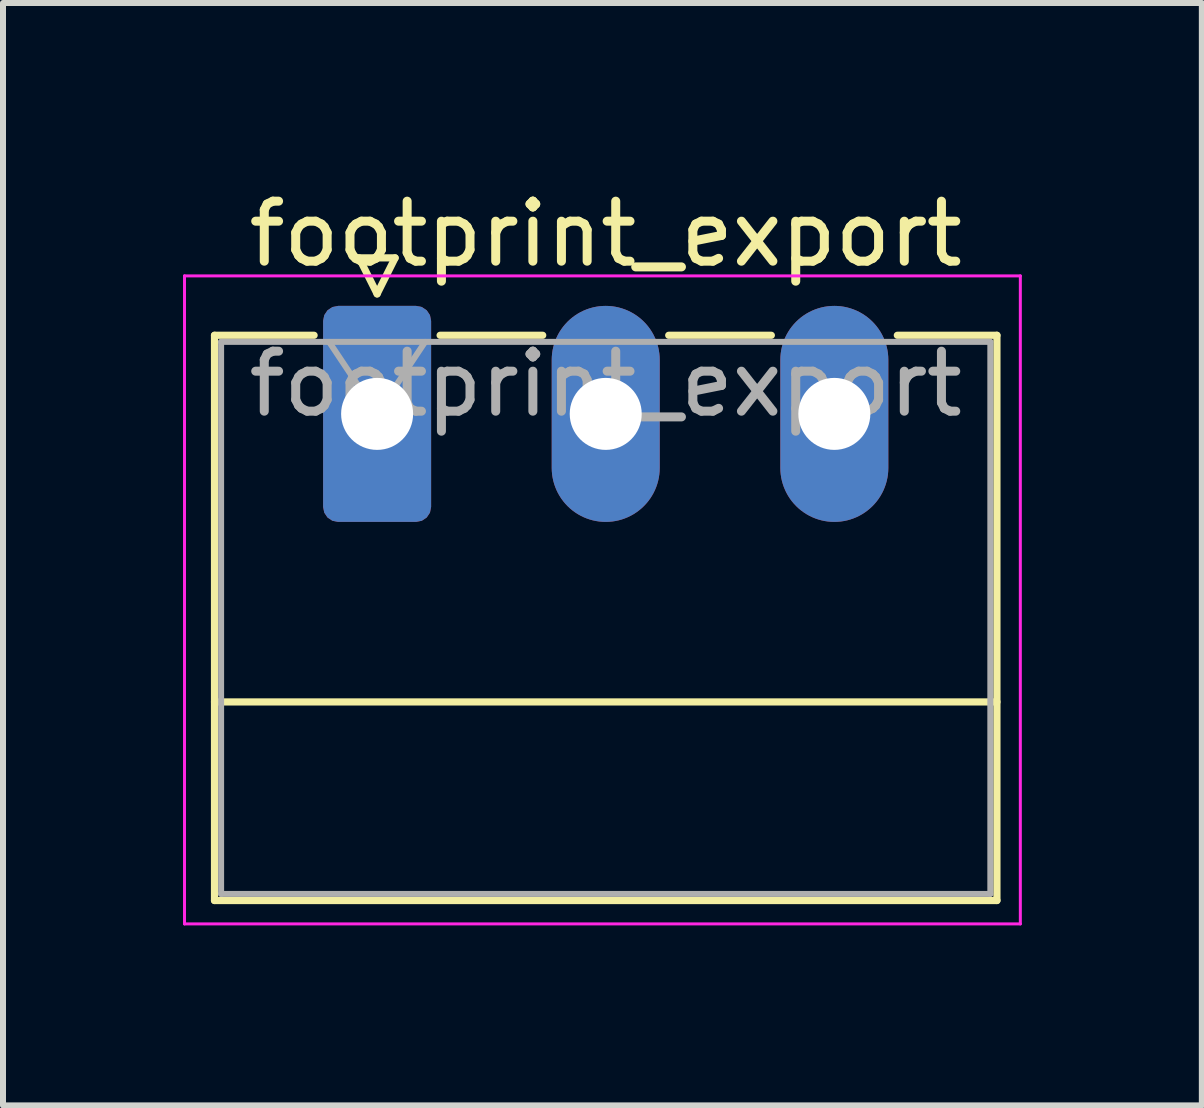
<source format=kicad_pcb>
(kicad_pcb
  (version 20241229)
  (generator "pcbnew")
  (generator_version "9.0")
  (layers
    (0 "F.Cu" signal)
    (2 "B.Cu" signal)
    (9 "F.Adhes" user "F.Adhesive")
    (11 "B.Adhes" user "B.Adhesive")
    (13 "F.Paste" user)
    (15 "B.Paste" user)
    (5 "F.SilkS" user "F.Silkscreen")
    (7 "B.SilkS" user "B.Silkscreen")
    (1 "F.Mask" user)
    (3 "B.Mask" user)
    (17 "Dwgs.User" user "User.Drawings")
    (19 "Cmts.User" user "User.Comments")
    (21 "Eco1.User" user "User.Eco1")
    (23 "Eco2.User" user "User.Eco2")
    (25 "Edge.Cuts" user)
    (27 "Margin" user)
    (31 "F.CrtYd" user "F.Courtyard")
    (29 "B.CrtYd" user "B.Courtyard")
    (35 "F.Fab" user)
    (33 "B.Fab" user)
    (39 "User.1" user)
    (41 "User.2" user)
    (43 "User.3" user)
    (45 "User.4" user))
  (footprint "footprint_export"
    (layer "F.Cu")
    (at 3.235 3.848)
    (property "Reference" "footprint_export" (at 3.81 -3 0) (layer "F.SilkS") (effects (font (size 1 1) (thickness 0.15))))
    (attr through_hole)
    (fp_line (start -2.71 -1.31) (end -2.71 8.11) (stroke (width 0.12) (type solid)) (layer "F.SilkS"))
    (fp_line (start -2.71 -1.31) (end -1.05 -1.31) (stroke (width 0.12) (type solid)) (layer "F.SilkS"))
    (fp_line (start -2.71 4.8) (end 10.33 4.8) (stroke (width 0.12) (type solid)) (layer "F.SilkS"))
    (fp_line (start -2.71 8.11) (end 10.33 8.11) (stroke (width 0.12) (type solid)) (layer "F.SilkS"))
    (fp_line (start -0.3 -2.6) (end 0.3 -2.6) (stroke (width 0.12) (type solid)) (layer "F.SilkS"))
    (fp_line (start 0 -2) (end -0.3 -2.6) (stroke (width 0.12) (type solid)) (layer "F.SilkS"))
    (fp_line (start 0.3 -2.6) (end 0 -2) (stroke (width 0.12) (type solid)) (layer "F.SilkS"))
    (fp_line (start 1.05 -1.31) (end 2.76 -1.31) (stroke (width 0.12) (type solid)) (layer "F.SilkS"))
    (fp_line (start 4.86 -1.31) (end 6.57 -1.31) (stroke (width 0.12) (type solid)) (layer "F.SilkS"))
    (fp_line (start 10.33 -1.31) (end 8.67 -1.31) (stroke (width 0.12) (type solid)) (layer "F.SilkS"))
    (fp_line (start 10.33 8.11) (end 10.33 -1.31) (stroke (width 0.12) (type solid)) (layer "F.SilkS"))
    (fp_line (start -3.21 -2.3) (end -3.21 8.5) (stroke (width 0.05) (type solid)) (layer "F.CrtYd"))
    (fp_line (start -3.21 8.5) (end 10.72 8.5) (stroke (width 0.05) (type solid)) (layer "F.CrtYd"))
    (fp_line (start 10.72 -2.3) (end -3.21 -2.3) (stroke (width 0.05) (type solid)) (layer "F.CrtYd"))
    (fp_line (start 10.72 8.5) (end 10.72 -2.3) (stroke (width 0.05) (type solid)) (layer "F.CrtYd"))
    (fp_line (start -2.6 -1.2) (end -2.6 8) (stroke (width 0.1) (type solid)) (layer "F.Fab"))
    (fp_line (start -2.6 8) (end 10.22 8) (stroke (width 0.1) (type solid)) (layer "F.Fab"))
    (fp_line (start 0 0) (end -0.8 -1.2) (stroke (width 0.1) (type solid)) (layer "F.Fab"))
    (fp_line (start 0.8 -1.2) (end 0 0) (stroke (width 0.1) (type solid)) (layer "F.Fab"))
    (fp_line (start 10.22 -1.2) (end -2.6 -1.2) (stroke (width 0.1) (type solid)) (layer "F.Fab"))
    (fp_line (start 10.22 8) (end 10.22 -1.2) (stroke (width 0.1) (type solid)) (layer "F.Fab"))
    (fp_text user "${REFERENCE}" (at 3.81 -0.5 0) (layer "F.Fab") (effects (font (size 1 1) (thickness 0.15))))
    (pad "1" thru_hole roundrect (at 0 0) (size 1.8 3.6) (drill 1.2) (layers "*.Cu" "*.Mask") (roundrect_rratio 0.139))
    (pad "2" thru_hole oval (at 3.81 0) (size 1.8 3.6) (drill 1.2) (layers "*.Cu" "*.Mask"))
    (pad "3" thru_hole oval (at 7.62 0) (size 1.8 3.6) (drill 1.2) (layers "*.Cu" "*.Mask")))
  (gr_rect
    (start -3 -3)
    (end 16.98 15.373)
    (stroke (width 0.1) (type default))
    (fill no)
    (layer "Edge.Cuts")))
</source>
